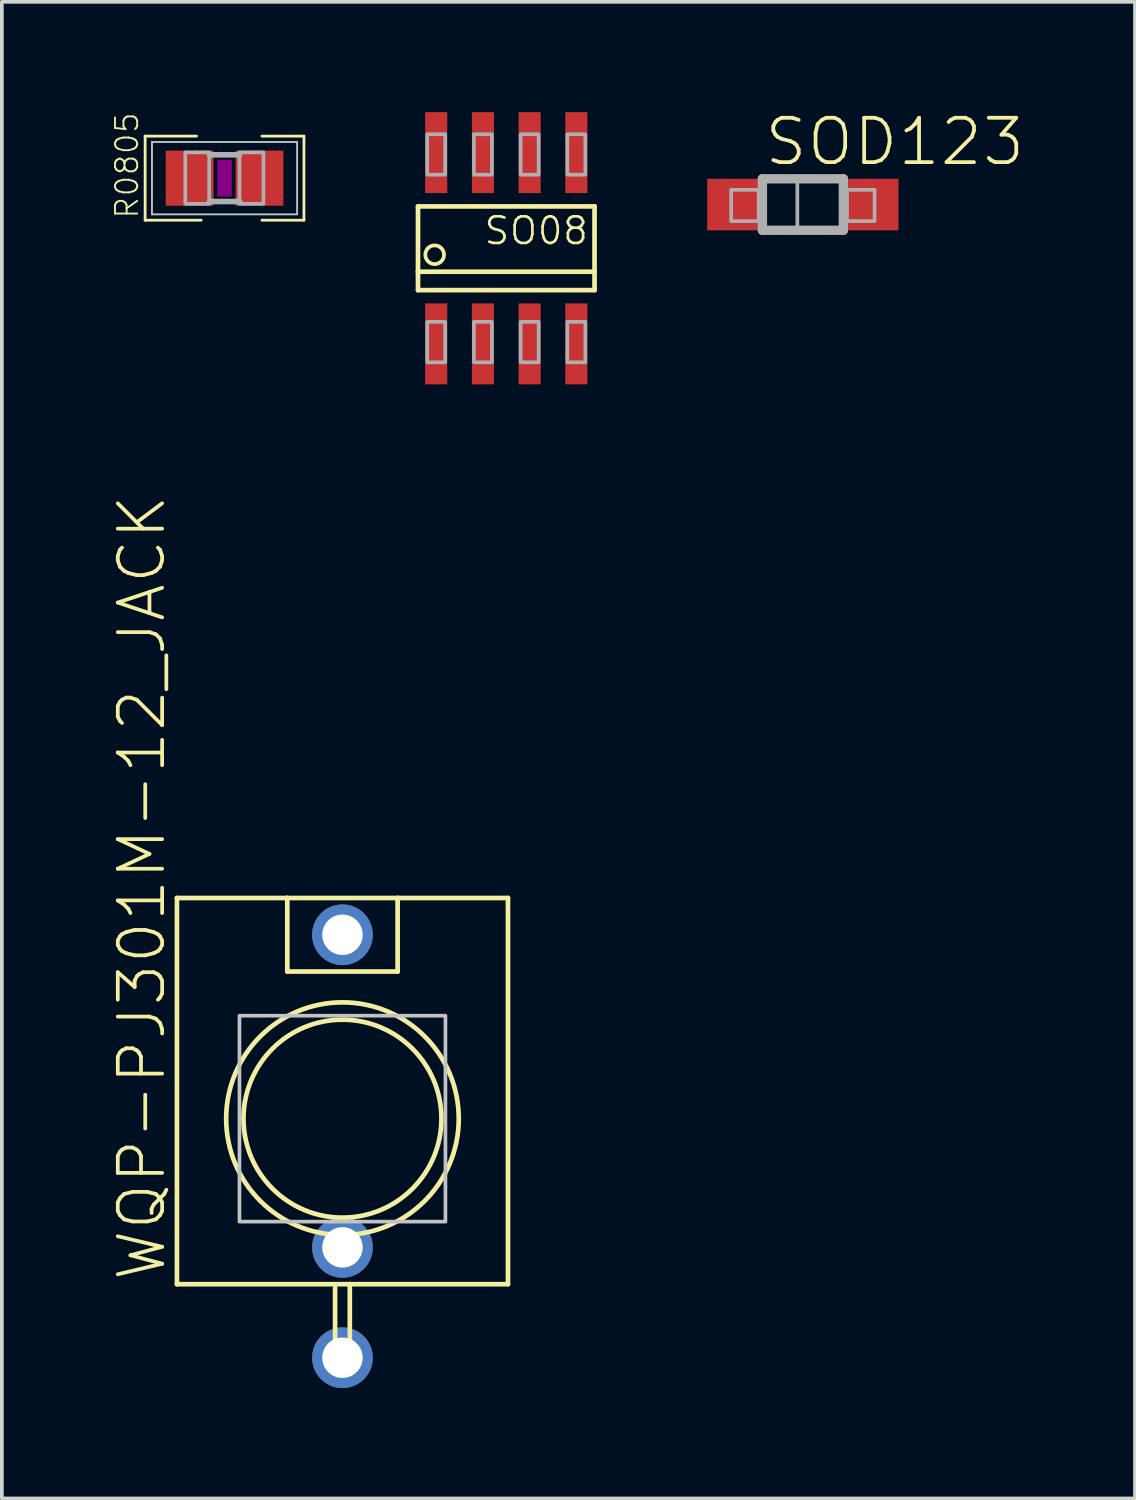
<source format=kicad_pcb>
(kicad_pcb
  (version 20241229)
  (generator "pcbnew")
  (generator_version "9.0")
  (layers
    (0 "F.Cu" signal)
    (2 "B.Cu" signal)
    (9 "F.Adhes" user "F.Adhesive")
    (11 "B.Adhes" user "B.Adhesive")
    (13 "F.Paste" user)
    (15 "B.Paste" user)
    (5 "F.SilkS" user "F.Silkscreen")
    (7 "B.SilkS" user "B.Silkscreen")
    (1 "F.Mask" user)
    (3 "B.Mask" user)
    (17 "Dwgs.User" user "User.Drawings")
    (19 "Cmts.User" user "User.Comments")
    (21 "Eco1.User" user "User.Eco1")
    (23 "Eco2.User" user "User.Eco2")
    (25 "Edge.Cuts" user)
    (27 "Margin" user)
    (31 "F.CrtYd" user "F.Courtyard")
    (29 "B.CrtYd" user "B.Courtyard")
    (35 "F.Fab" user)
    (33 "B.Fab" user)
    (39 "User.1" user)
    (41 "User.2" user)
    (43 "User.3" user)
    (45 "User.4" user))
  (footprint "R0805"
    (layer "F.Cu")
    (at 3.055 1.794)
    (property "Reference" "R0805" (at -2.299 1.139 90) (layer "F.SilkS") (effects (font (size 0.603 0.603) (thickness 0.051)) (justify left bottom)))
    (attr through_hole)
    (fp_line (start -2.159 -1.143) (end -2.159 1.143) (stroke (width 0.076) (type solid)) (layer "F.SilkS"))
    (fp_line (start -2.159 1.143) (end -0.635 1.143) (stroke (width 0.076) (type solid)) (layer "F.SilkS"))
    (fp_line (start -0.762 -1.143) (end -2.159 -1.143) (stroke (width 0.076) (type solid)) (layer "F.SilkS"))
    (fp_line (start 1.016 -1.143) (end 2.159 -1.143) (stroke (width 0.076) (type solid)) (layer "F.SilkS"))
    (fp_line (start 2.159 -1.143) (end 2.159 1.143) (stroke (width 0.076) (type solid)) (layer "F.SilkS"))
    (fp_line (start 2.159 1.143) (end 1.016 1.143) (stroke (width 0.076) (type solid)) (layer "F.SilkS"))
    (fp_poly (pts (xy -0.2 0.5) (xy 0.2 0.5) (xy 0.2 -0.5) (xy -0.2 -0.5)) (stroke (width 0) (type solid)) (fill yes) (layer "F.Adhes"))
    (fp_line (start -1.973 -0.983) (end 1.973 -0.983) (stroke (width 0.051) (type solid)) (layer "Dwgs.User"))
    (fp_line (start -1.973 0.983) (end -1.973 -0.983) (stroke (width 0.051) (type solid)) (layer "Dwgs.User"))
    (fp_line (start 1.973 -0.983) (end 1.973 0.983) (stroke (width 0.051) (type solid)) (layer "Dwgs.User"))
    (fp_line (start 1.973 0.983) (end -1.973 0.983) (stroke (width 0.051) (type solid)) (layer "Dwgs.User"))
    (fp_line (start -0.41 -0.635) (end 0.41 -0.635) (stroke (width 0.152) (type solid)) (layer "F.Fab"))
    (fp_line (start -0.41 0.635) (end 0.41 0.635) (stroke (width 0.152) (type solid)) (layer "F.Fab"))
    (fp_poly (pts (xy -1.067 0.699) (xy -0.417 0.699) (xy -0.417 -0.702) (xy -1.067 -0.702)) (stroke (width 0.1) (type solid)) (fill no) (layer "F.Fab"))
    (fp_poly (pts (xy 0.406 0.699) (xy 1.056 0.699) (xy 1.056 -0.702) (xy 0.406 -0.702)) (stroke (width 0.1) (type solid)) (fill no) (layer "F.Fab"))
    (pad "1" smd rect (at -0.95 0) (size 1.3 1.5) (layers "F.Cu" "F.Mask" "F.Paste"))
    (pad "2" smd rect (at 0.95 0) (size 1.3 1.5) (layers "F.Cu" "F.Mask" "F.Paste")))
  (footprint "SO08"
    (layer "F.Cu")
    (at 10.715 3.7)
    (property "Reference" "SO08" (at 2.274 -0.9 180) (layer "F.SilkS") (effects (font (size 0.724 0.724) (thickness 0.072)) (justify right top)))
    (attr through_hole)
    (fp_line (start -2.4 -1.138) (end 2.4 -1.138) (stroke (width 0.127) (type solid)) (layer "F.SilkS"))
    (fp_line (start -2.4 0.638) (end -2.4 -1.138) (stroke (width 0.127) (type solid)) (layer "F.SilkS"))
    (fp_line (start -2.4 1.138) (end -2.4 0.638) (stroke (width 0.127) (type solid)) (layer "F.SilkS"))
    (fp_line (start 2.4 -1.138) (end 2.4 0.638) (stroke (width 0.127) (type solid)) (layer "F.SilkS"))
    (fp_line (start 2.4 0.638) (end -2.4 0.638) (stroke (width 0.127) (type solid)) (layer "F.SilkS"))
    (fp_line (start 2.4 0.638) (end 2.4 1.138) (stroke (width 0.127) (type solid)) (layer "F.SilkS"))
    (fp_line (start 2.4 1.138) (end -2.4 1.138) (stroke (width 0.127) (type solid)) (layer "F.SilkS"))
    (fp_circle (center -1.947 0.176) (end -1.693 0.176) (stroke (width 0.102) (type solid)) (fill no) (layer "F.SilkS"))
    (fp_poly (pts (xy -2.15 -2) (xy -1.66 -2) (xy -1.66 -3.1) (xy -2.15 -3.1)) (stroke (width 0.1) (type solid)) (fill no) (layer "F.Fab"))
    (fp_poly (pts (xy -2.15 3.1) (xy -1.66 3.1) (xy -1.66 2) (xy -2.15 2)) (stroke (width 0.1) (type solid)) (fill no) (layer "F.Fab"))
    (fp_poly (pts (xy -0.88 -2) (xy -0.39 -2) (xy -0.39 -3.1) (xy -0.88 -3.1)) (stroke (width 0.1) (type solid)) (fill no) (layer "F.Fab"))
    (fp_poly (pts (xy -0.88 3.1) (xy -0.39 3.1) (xy -0.39 2) (xy -0.88 2)) (stroke (width 0.1) (type solid)) (fill no) (layer "F.Fab"))
    (fp_poly (pts (xy 0.39 -2) (xy 0.88 -2) (xy 0.88 -3.1) (xy 0.39 -3.1)) (stroke (width 0.1) (type solid)) (fill no) (layer "F.Fab"))
    (fp_poly (pts (xy 0.39 3.1) (xy 0.88 3.1) (xy 0.88 2) (xy 0.39 2)) (stroke (width 0.1) (type solid)) (fill no) (layer "F.Fab"))
    (fp_poly (pts (xy 1.66 -2) (xy 2.15 -2) (xy 2.15 -3.1) (xy 1.66 -3.1)) (stroke (width 0.1) (type solid)) (fill no) (layer "F.Fab"))
    (fp_poly (pts (xy 1.66 3.1) (xy 2.15 3.1) (xy 2.15 2) (xy 1.66 2)) (stroke (width 0.1) (type solid)) (fill no) (layer "F.Fab"))
    (pad "1" smd rect (at -1.905 2.6) (size 0.6 2.2) (layers "F.Cu" "F.Mask" "F.Paste"))
    (pad "2" smd rect (at -0.635 2.6) (size 0.6 2.2) (layers "F.Cu" "F.Mask" "F.Paste"))
    (pad "3" smd rect (at 0.635 2.6) (size 0.6 2.2) (layers "F.Cu" "F.Mask" "F.Paste"))
    (pad "4" smd rect (at 1.905 2.6) (size 0.6 2.2) (layers "F.Cu" "F.Mask" "F.Paste"))
    (pad "5" smd rect (at 1.905 -2.6) (size 0.6 2.2) (layers "F.Cu" "F.Mask" "F.Paste"))
    (pad "6" smd rect (at 0.635 -2.6) (size 0.6 2.2) (layers "F.Cu" "F.Mask" "F.Paste"))
    (pad "7" smd rect (at -0.635 -2.6) (size 0.6 2.2) (layers "F.Cu" "F.Mask" "F.Paste"))
    (pad "8" smd rect (at -1.905 -2.6) (size 0.6 2.2) (layers "F.Cu" "F.Mask" "F.Paste")))
  (footprint "SOD123"
    (layer "F.Cu")
    (at 18.779 2.511)
    (property "Reference" "SOD123" (at -1.1 -1 0) (layer "F.SilkS") (effects (font (size 1.206 1.206) (thickness 0.102)) (justify left bottom)))
    (attr through_hole)
    (fp_line (start -1.1 -0.7) (end 1.1 -0.7) (stroke (width 0.254) (type solid)) (layer "F.Fab"))
    (fp_line (start -1.1 0.7) (end -1.1 -0.7) (stroke (width 0.254) (type solid)) (layer "F.Fab"))
    (fp_line (start 1.1 -0.7) (end 1.1 0.7) (stroke (width 0.254) (type solid)) (layer "F.Fab"))
    (fp_line (start 1.1 0.7) (end -1.1 0.7) (stroke (width 0.254) (type solid)) (layer "F.Fab"))
    (fp_poly (pts (xy -1.95 0.45) (xy -1.2 0.45) (xy -1.2 -0.4) (xy -1.95 -0.4)) (stroke (width 0.1) (type solid)) (fill no) (layer "F.Fab"))
    (fp_poly (pts (xy -1.05 0.65) (xy -0.15 0.65) (xy -0.15 -0.7) (xy -1.05 -0.7)) (stroke (width 0.1) (type solid)) (fill no) (layer "F.Fab"))
    (fp_poly (pts (xy 1.2 0.45) (xy 1.95 0.45) (xy 1.95 -0.4) (xy 1.2 -0.4)) (stroke (width 0.1) (type solid)) (fill no) (layer "F.Fab"))
    (pad "A" smd rect (at 1.9 0) (size 1.4 1.4) (layers "F.Cu" "F.Mask" "F.Paste"))
    (pad "C" smd rect (at -1.9 0) (size 1.4 1.4) (layers "F.Cu" "F.Mask" "F.Paste")))
  (footprint "WQP-PJ301M-12_JACK"
    (layer "F.Cu")
    (at 6.261 27.365)
    (property "Reference" "WQP-PJ301M-12_JACK" (at -4.75 4.47 90) (layer "F.SilkS") (effects (font (size 1.206 1.206) (thickness 0.102)) (justify left bottom)))
    (attr through_hole)
    (fp_line (start -4.5 -6) (end -4.5 4.5) (stroke (width 0.127) (type solid)) (layer "F.SilkS"))
    (fp_line (start -4.5 -6) (end -1.5 -6) (stroke (width 0.127) (type solid)) (layer "F.SilkS"))
    (fp_line (start -4.5 4.5) (end 0.2 4.5) (stroke (width 0.127) (type solid)) (layer "F.SilkS"))
    (fp_line (start -1.5 -6) (end -1.5 -4) (stroke (width 0.127) (type solid)) (layer "F.SilkS"))
    (fp_line (start -1.5 -6) (end 1.5 -6) (stroke (width 0.127) (type solid)) (layer "F.SilkS"))
    (fp_line (start -1.5 -4) (end 1.5 -4) (stroke (width 0.127) (type solid)) (layer "F.SilkS"))
    (fp_line (start -0.2 4.6) (end -0.2 6.7) (stroke (width 0.127) (type solid)) (layer "F.SilkS"))
    (fp_line (start -0.2 6.7) (end 0.2 6.7) (stroke (width 0.127) (type solid)) (layer "F.SilkS"))
    (fp_line (start 0.2 4.5) (end 4.5 4.5) (stroke (width 0.127) (type solid)) (layer "F.SilkS"))
    (fp_line (start 0.2 6.7) (end 0.2 4.5) (stroke (width 0.127) (type solid)) (layer "F.SilkS"))
    (fp_line (start 1.5 -6) (end 4.5 -6) (stroke (width 0.127) (type solid)) (layer "F.SilkS"))
    (fp_line (start 1.5 -4) (end 1.5 -6) (stroke (width 0.127) (type solid)) (layer "F.SilkS"))
    (fp_line (start 4.5 4.5) (end 4.5 -6) (stroke (width 0.127) (type solid)) (layer "F.SilkS"))
    (fp_circle (center 0 0) (end 2.691 0) (stroke (width 0.127) (type solid)) (fill no) (layer "F.SilkS"))
    (fp_circle (center 0 0) (end 3.162 0) (stroke (width 0.127) (type solid)) (fill no) (layer "F.SilkS"))
    (fp_poly (pts (xy -2.8 2.8) (xy 2.8 2.8) (xy 2.8 -2.8) (xy -2.8 -2.8)) (stroke (width 0.1) (type solid)) (fill no) (layer "Dwgs.User"))
    (pad "P$1" thru_hole circle (at 0 -5) (size 1.65 1.65) (drill 1.1) (layers "*.Cu" "*.Mask"))
    (pad "P$2" thru_hole circle (at 0 3.5) (size 1.65 1.65) (drill 1.1) (layers "*.Cu" "*.Mask"))
    (pad "P$3" thru_hole circle (at 0 6.5) (size 1.65 1.65) (drill 1.1) (layers "*.Cu" "*.Mask")))
  (gr_rect
    (start -3 -3)
    (end 27.809 37.69)
    (stroke (width 0.1) (type default))
    (fill no)
    (layer "Edge.Cuts")))
</source>
